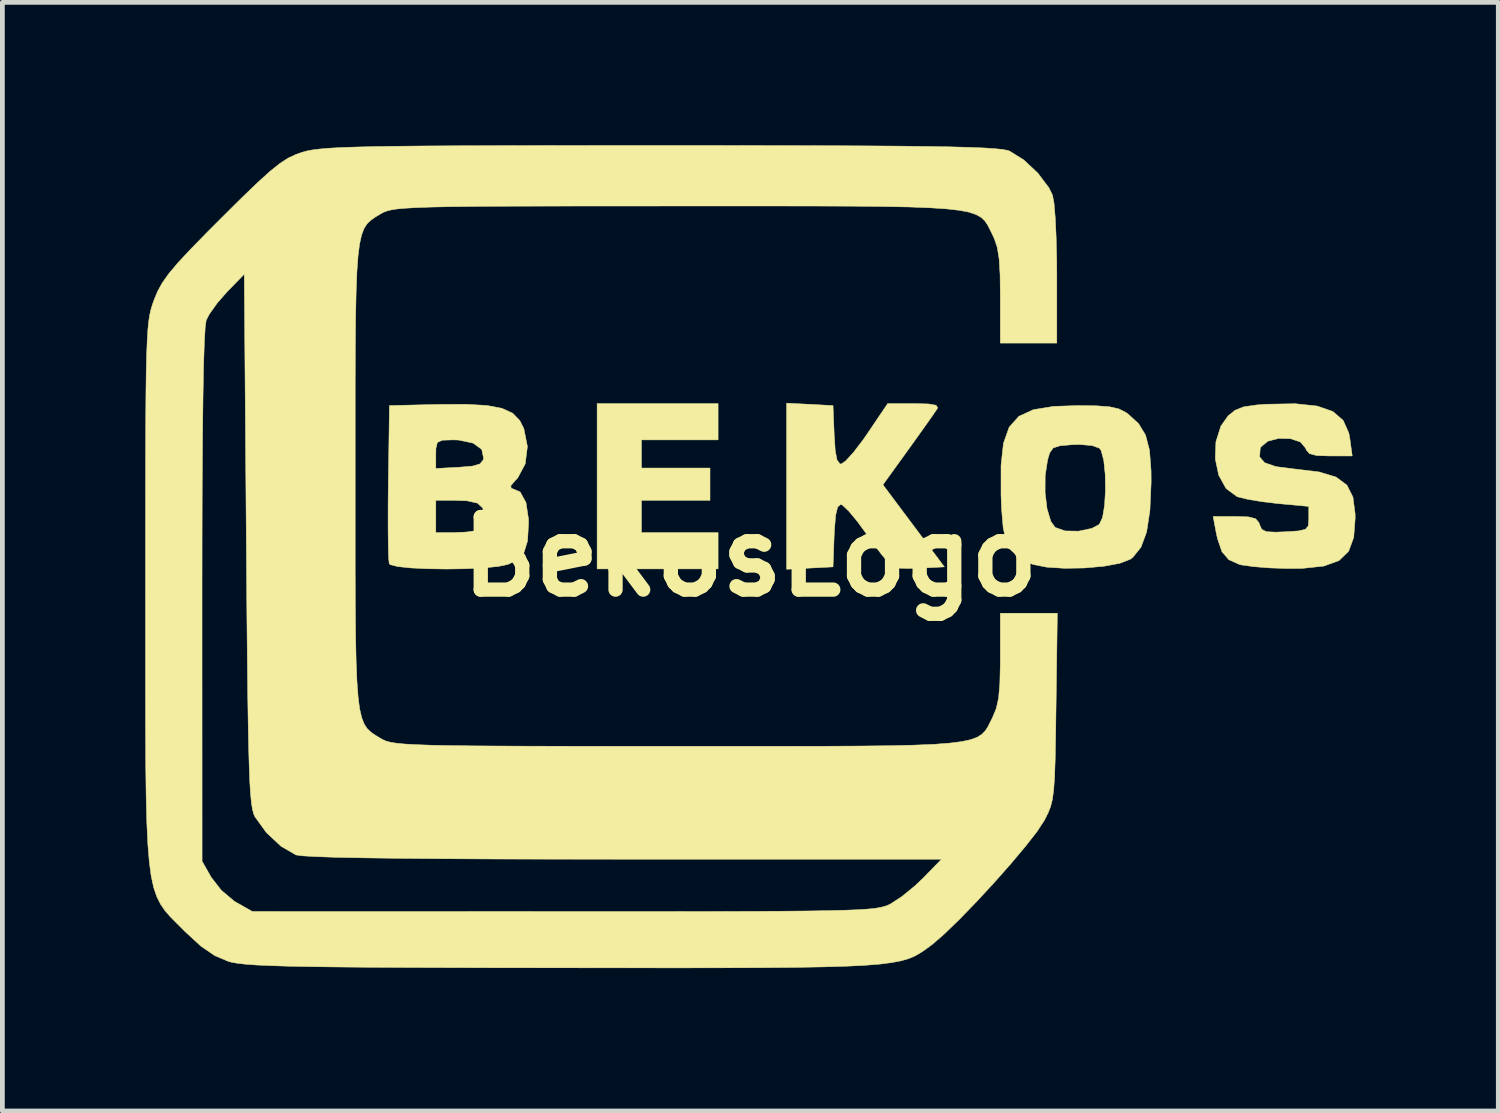
<source format=kicad_pcb>
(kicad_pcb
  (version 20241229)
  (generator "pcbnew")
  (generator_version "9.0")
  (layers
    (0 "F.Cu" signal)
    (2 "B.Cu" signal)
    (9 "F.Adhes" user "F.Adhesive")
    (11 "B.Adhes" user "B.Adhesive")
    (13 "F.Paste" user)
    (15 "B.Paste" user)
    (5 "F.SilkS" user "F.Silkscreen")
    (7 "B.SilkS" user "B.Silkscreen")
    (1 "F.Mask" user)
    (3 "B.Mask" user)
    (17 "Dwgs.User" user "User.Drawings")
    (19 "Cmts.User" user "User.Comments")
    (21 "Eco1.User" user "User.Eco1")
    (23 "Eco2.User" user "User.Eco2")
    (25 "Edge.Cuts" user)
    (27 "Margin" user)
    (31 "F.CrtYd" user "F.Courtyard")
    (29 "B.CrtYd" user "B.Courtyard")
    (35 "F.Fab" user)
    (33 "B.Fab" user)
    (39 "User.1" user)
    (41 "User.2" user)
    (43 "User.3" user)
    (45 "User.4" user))
  (footprint "BekosLogo"
    (layer "F.Cu")
    (at 12.705 8.641)
    (property "Reference" "BekosLogo" (at 0 0 0) (layer "F.SilkS") (effects (font (size 1.524 1.524) (thickness 0.3))))
    (attr through_hole)
    (fp_poly (pts (xy -0.677 -2.455) (xy -2.286 -2.455) (xy -2.286 -1.863) (xy -0.847 -1.863) (xy -0.847 -1.185) (xy -2.286 -1.185) (xy -2.286 -0.508) (xy -0.677 -0.508) (xy -0.677 0.254) (xy -3.217 0.254) (xy -3.217 -3.217) (xy -0.677 -3.217) (xy -0.677 -2.455)) (stroke (width 0.01) (type solid)) (fill yes) (layer "F.SilkS"))
    (fp_poly (pts (xy 1.736 -3.175) (xy 1.761 -2.561) (xy 1.783 -2.224) (xy 1.821 -2.03) (xy 1.881 -1.952) (xy 1.906 -1.947) (xy 2.004 -2.014) (xy 2.165 -2.191) (xy 2.361 -2.447) (xy 2.455 -2.582) (xy 2.884 -3.217) (xy 3.437 -3.217) (xy 3.74 -3.209) (xy 3.898 -3.182) (xy 3.934 -3.131) (xy 3.925 -3.111) (xy 3.852 -3.002) (xy 3.702 -2.789) (xy 3.5 -2.506) (xy 3.323 -2.259) (xy 2.784 -1.512) (xy 3.429 -0.65) (xy 4.074 0.212) (xy 3.592 0.237) (xy 3.308 0.245) (xy 3.088 0.237) (xy 3.003 0.223) (xy 2.911 0.138) (xy 2.752 -0.053) (xy 2.554 -0.317) (xy 2.454 -0.459) (xy 2.248 -0.741) (xy 2.066 -0.96) (xy 1.935 -1.084) (xy 1.898 -1.101) (xy 1.834 -1.047) (xy 1.791 -0.872) (xy 1.765 -0.554) (xy 1.76 -0.445) (xy 1.736 0.212) (xy 0.762 0.262) (xy 0.762 -3.226) (xy 1.736 -3.175)) (stroke (width 0.01) (type solid)) (fill yes) (layer "F.SilkS"))
    (fp_poly (pts (xy 7.273 -3.17) (xy 7.546 -3.149) (xy 7.734 -3.107) (xy 7.878 -3.035) (xy 7.931 -2.998) (xy 8.152 -2.796) (xy 8.298 -2.556) (xy 8.381 -2.24) (xy 8.414 -1.811) (xy 8.416 -1.566) (xy 8.39 -0.971) (xy 8.321 -0.521) (xy 8.202 -0.2) (xy 8.03 0.013) (xy 7.979 0.051) (xy 7.757 0.137) (xy 7.419 0.199) (xy 7.016 0.235) (xy 6.601 0.242) (xy 6.225 0.218) (xy 5.94 0.162) (xy 5.884 0.14) (xy 5.646 0.013) (xy 5.48 -0.132) (xy 5.372 -0.329) (xy 5.309 -0.61) (xy 5.275 -1.007) (xy 5.264 -1.307) (xy 5.264 -1.346) (xy 6.189 -1.346) (xy 6.23 -1.009) (xy 6.309 -0.745) (xy 6.399 -0.617) (xy 6.609 -0.543) (xy 6.892 -0.538) (xy 7.169 -0.596) (xy 7.327 -0.68) (xy 7.395 -0.822) (xy 7.438 -1.079) (xy 7.457 -1.4) (xy 7.451 -1.733) (xy 7.421 -2.027) (xy 7.366 -2.23) (xy 7.331 -2.28) (xy 7.174 -2.336) (xy 6.911 -2.358) (xy 6.764 -2.354) (xy 6.502 -2.332) (xy 6.36 -2.286) (xy 6.286 -2.183) (xy 6.241 -2.032) (xy 6.191 -1.704) (xy 6.189 -1.346) (xy 5.264 -1.346) (xy 5.264 -1.919) (xy 5.315 -2.384) (xy 5.435 -2.721) (xy 5.639 -2.95) (xy 5.944 -3.089) (xy 6.366 -3.158) (xy 6.873 -3.175) (xy 7.273 -3.17)) (stroke (width 0.01) (type solid)) (fill yes) (layer "F.SilkS"))
    (fp_poly (pts (xy -5.531 -3.177) (xy -5.212 -3.116) (xy -4.99 -3.014) (xy -4.842 -2.862) (xy -4.756 -2.692) (xy -4.681 -2.315) (xy -4.727 -1.951) (xy -4.885 -1.655) (xy -4.931 -1.608) (xy -5.03 -1.491) (xy -5.021 -1.439) (xy -5.017 -1.439) (xy -4.834 -1.362) (xy -4.711 -1.14) (xy -4.658 -0.791) (xy -4.657 -0.708) (xy -4.678 -0.332) (xy -4.755 -0.083) (xy -4.907 0.075) (xy -5.091 0.16) (xy -5.295 0.203) (xy -5.602 0.233) (xy -5.976 0.251) (xy -6.38 0.257) (xy -6.778 0.251) (xy -7.131 0.234) (xy -7.404 0.205) (xy -7.561 0.165) (xy -7.582 0.146) (xy -7.594 0.03) (xy -7.602 -0.226) (xy -7.606 -0.595) (xy -7.606 -1.048) (xy -7.605 -1.185) (xy -6.604 -1.185) (xy -6.604 -0.508) (xy -6.23 -0.508) (xy -5.968 -0.519) (xy -5.764 -0.547) (xy -5.722 -0.559) (xy -5.619 -0.679) (xy -5.588 -0.847) (xy -5.618 -1.023) (xy -5.73 -1.127) (xy -5.954 -1.176) (xy -6.23 -1.185) (xy -6.604 -1.185) (xy -7.605 -1.185) (xy -7.601 -1.557) (xy -7.601 -1.569) (xy -7.592 -2.155) (xy -6.604 -2.155) (xy -6.604 -1.854) (xy -6.118 -1.88) (xy -5.834 -1.904) (xy -5.678 -1.95) (xy -5.611 -2.031) (xy -5.601 -2.069) (xy -5.639 -2.255) (xy -5.821 -2.387) (xy -6.123 -2.451) (xy -6.239 -2.455) (xy -6.467 -2.448) (xy -6.572 -2.401) (xy -6.602 -2.275) (xy -6.604 -2.155) (xy -7.592 -2.155) (xy -7.578 -3.175) (xy -6.555 -3.199) (xy -5.971 -3.202) (xy -5.531 -3.177)) (stroke (width 0.01) (type solid)) (fill yes) (layer "F.SilkS"))
    (fp_poly (pts (xy 11.901 -3.165) (xy 12.231 -3.051) (xy 12.448 -2.864) (xy 12.567 -2.598) (xy 12.589 -2.476) (xy 12.638 -2.117) (xy 12.171 -2.117) (xy 11.893 -2.126) (xy 11.741 -2.165) (xy 11.672 -2.246) (xy 11.661 -2.279) (xy 11.55 -2.411) (xy 11.341 -2.48) (xy 11.094 -2.486) (xy 10.868 -2.428) (xy 10.722 -2.309) (xy 10.706 -2.273) (xy 10.694 -2.098) (xy 10.799 -1.975) (xy 11.037 -1.893) (xy 11.425 -1.843) (xy 11.451 -1.841) (xy 11.948 -1.78) (xy 12.299 -1.674) (xy 12.527 -1.504) (xy 12.653 -1.253) (xy 12.699 -0.902) (xy 12.7 -0.806) (xy 12.669 -0.406) (xy 12.562 -0.115) (xy 12.36 0.08) (xy 12.044 0.195) (xy 11.595 0.243) (xy 11.286 0.246) (xy 10.91 0.234) (xy 10.568 0.207) (xy 10.317 0.172) (xy 10.268 0.16) (xy 10.047 0.061) (xy 9.903 -0.106) (xy 9.808 -0.383) (xy 9.777 -0.531) (xy 9.718 -0.847) (xy 10.183 -0.847) (xy 10.458 -0.838) (xy 10.608 -0.8) (xy 10.678 -0.72) (xy 10.694 -0.673) (xy 10.739 -0.575) (xy 10.836 -0.527) (xy 11.029 -0.517) (xy 11.233 -0.525) (xy 11.509 -0.543) (xy 11.656 -0.577) (xy 11.715 -0.649) (xy 11.726 -0.783) (xy 11.726 -0.804) (xy 11.726 -1.058) (xy 11.091 -1.116) (xy 10.744 -1.157) (xy 10.435 -1.209) (xy 10.226 -1.261) (xy 10.219 -1.264) (xy 9.989 -1.434) (xy 9.835 -1.713) (xy 9.763 -2.055) (xy 9.776 -2.414) (xy 9.881 -2.746) (xy 10.033 -2.96) (xy 10.18 -3.078) (xy 10.361 -3.149) (xy 10.63 -3.188) (xy 10.837 -3.203) (xy 11.441 -3.214) (xy 11.901 -3.165)) (stroke (width 0.01) (type solid)) (fill yes) (layer "F.SilkS"))
    (fp_poly (pts (xy -0.597 -8.636) (xy 0.539 -8.634) (xy 1.526 -8.632) (xy 2.375 -8.628) (xy 3.095 -8.623) (xy 3.697 -8.616) (xy 4.191 -8.608) (xy 4.587 -8.597) (xy 4.896 -8.585) (xy 5.127 -8.57) (xy 5.291 -8.553) (xy 5.398 -8.534) (xy 5.443 -8.519) (xy 5.742 -8.333) (xy 6.037 -8.056) (xy 6.268 -7.75) (xy 6.345 -7.593) (xy 6.376 -7.427) (xy 6.402 -7.124) (xy 6.421 -6.716) (xy 6.433 -6.236) (xy 6.435 -5.921) (xy 6.435 -4.487) (xy 5.249 -4.487) (xy 5.249 -5.464) (xy 5.244 -5.924) (xy 5.224 -6.254) (xy 5.186 -6.494) (xy 5.123 -6.681) (xy 5.088 -6.756) (xy 5.032 -6.87) (xy 4.981 -6.969) (xy 4.923 -7.054) (xy 4.847 -7.126) (xy 4.74 -7.186) (xy 4.592 -7.236) (xy 4.39 -7.275) (xy 4.122 -7.305) (xy 3.777 -7.328) (xy 3.343 -7.345) (xy 2.808 -7.355) (xy 2.16 -7.362) (xy 1.388 -7.365) (xy 0.479 -7.366) (xy -0.577 -7.366) (xy -1.537 -7.366) (xy -2.686 -7.365) (xy -3.678 -7.365) (xy -4.525 -7.363) (xy -5.239 -7.361) (xy -5.833 -7.357) (xy -6.318 -7.351) (xy -6.707 -7.343) (xy -7.012 -7.332) (xy -7.246 -7.319) (xy -7.42 -7.303) (xy -7.546 -7.283) (xy -7.637 -7.26) (xy -7.705 -7.233) (xy -7.763 -7.201) (xy -7.764 -7.2) (xy -7.874 -7.134) (xy -7.967 -7.069) (xy -8.046 -6.994) (xy -8.111 -6.894) (xy -8.163 -6.756) (xy -8.205 -6.568) (xy -8.237 -6.316) (xy -8.261 -5.986) (xy -8.277 -5.566) (xy -8.288 -5.042) (xy -8.294 -4.401) (xy -8.297 -3.63) (xy -8.297 -2.716) (xy -8.297 -1.693) (xy -8.297 -0.629) (xy -8.297 0.279) (xy -8.294 1.044) (xy -8.288 1.68) (xy -8.277 2.199) (xy -8.26 2.615) (xy -8.236 2.941) (xy -8.204 3.191) (xy -8.161 3.376) (xy -8.108 3.512) (xy -8.043 3.611) (xy -7.963 3.685) (xy -7.869 3.75) (xy -7.764 3.813) (xy -7.707 3.845) (xy -7.639 3.873) (xy -7.549 3.896) (xy -7.423 3.916) (xy -7.251 3.932) (xy -7.019 3.945) (xy -6.716 3.956) (xy -6.329 3.964) (xy -5.846 3.97) (xy -5.255 3.974) (xy -4.544 3.977) (xy -3.7 3.978) (xy -2.712 3.979) (xy -1.567 3.979) (xy -1.537 3.979) (xy -0.353 3.979) (xy 0.673 3.979) (xy 1.553 3.978) (xy 2.3 3.974) (xy 2.924 3.967) (xy 3.438 3.955) (xy 3.853 3.938) (xy 4.182 3.913) (xy 4.435 3.881) (xy 4.626 3.84) (xy 4.765 3.789) (xy 4.864 3.726) (xy 4.935 3.652) (xy 4.991 3.564) (xy 5.042 3.462) (xy 5.088 3.369) (xy 5.164 3.185) (xy 5.213 2.965) (xy 5.239 2.666) (xy 5.249 2.249) (xy 5.249 2.12) (xy 5.249 1.185) (xy 6.446 1.185) (xy 6.419 3.154) (xy 6.41 3.781) (xy 6.401 4.264) (xy 6.388 4.627) (xy 6.369 4.895) (xy 6.343 5.092) (xy 6.305 5.244) (xy 6.254 5.374) (xy 6.186 5.509) (xy 6.166 5.546) (xy 6.019 5.77) (xy 5.776 6.081) (xy 5.465 6.451) (xy 5.113 6.849) (xy 4.746 7.246) (xy 4.391 7.612) (xy 4.075 7.918) (xy 3.826 8.135) (xy 3.794 8.158) (xy 3.679 8.243) (xy 3.57 8.317) (xy 3.456 8.382) (xy 3.326 8.437) (xy 3.167 8.483) (xy 2.968 8.521) (xy 2.718 8.553) (xy 2.404 8.578) (xy 2.016 8.597) (xy 1.541 8.611) (xy 0.968 8.621) (xy 0.285 8.627) (xy -0.519 8.63) (xy -1.456 8.632) (xy -2.539 8.631) (xy -3.777 8.63) (xy -3.929 8.63) (xy -5.17 8.629) (xy -6.253 8.626) (xy -7.19 8.623) (xy -7.991 8.619) (xy -8.668 8.613) (xy -9.232 8.606) (xy -9.695 8.597) (xy -10.067 8.585) (xy -10.361 8.572) (xy -10.587 8.556) (xy -10.757 8.537) (xy -10.883 8.516) (xy -10.958 8.496) (xy -11.247 8.374) (xy -11.537 8.175) (xy -11.873 7.866) (xy -11.893 7.846) (xy -12.044 7.695) (xy -12.176 7.562) (xy -12.288 7.433) (xy -12.383 7.295) (xy -12.463 7.137) (xy -12.528 6.945) (xy -12.58 6.706) (xy -12.62 6.409) (xy -12.65 6.04) (xy -12.672 5.587) (xy -12.686 5.037) (xy -12.695 4.377) (xy -12.699 3.595) (xy -12.7 2.678) (xy -12.7 1.613) (xy -12.7 0.831) (xy -11.513 0.831) (xy -11.512 6.392) (xy -11.321 6.729) (xy -11.109 7.002) (xy -10.837 7.231) (xy -10.793 7.257) (xy -10.456 7.448) (xy -3.912 7.449) (xy -2.704 7.449) (xy -1.652 7.449) (xy -0.747 7.448) (xy 0.024 7.446) (xy 0.672 7.442) (xy 1.209 7.437) (xy 1.647 7.43) (xy 1.997 7.421) (xy 2.271 7.41) (xy 2.481 7.396) (xy 2.637 7.379) (xy 2.753 7.358) (xy 2.84 7.334) (xy 2.908 7.307) (xy 2.946 7.288) (xy 3.179 7.136) (xy 3.453 6.913) (xy 3.637 6.738) (xy 4.015 6.35) (xy -2.644 6.35) (xy -4.067 6.349) (xy -5.322 6.346) (xy -6.412 6.34) (xy -7.336 6.332) (xy -8.098 6.322) (xy -8.697 6.31) (xy -9.137 6.295) (xy -9.419 6.278) (xy -9.541 6.26) (xy -9.854 6.078) (xy -10.161 5.792) (xy -10.4 5.461) (xy -10.429 5.397) (xy -10.453 5.305) (xy -10.475 5.173) (xy -10.493 4.989) (xy -10.509 4.741) (xy -10.522 4.415) (xy -10.534 4) (xy -10.544 3.483) (xy -10.554 2.852) (xy -10.562 2.094) (xy -10.571 1.197) (xy -10.579 0.148) (xy -10.583 -0.364) (xy -10.626 -5.934) (xy -10.981 -5.571) (xy -11.192 -5.33) (xy -11.359 -5.095) (xy -11.425 -4.969) (xy -11.446 -4.824) (xy -11.464 -4.51) (xy -11.48 -4.027) (xy -11.492 -3.374) (xy -11.502 -2.553) (xy -11.509 -1.562) (xy -11.512 -0.401) (xy -11.513 0.831) (xy -12.7 0.831) (xy -12.7 0.755) (xy -12.7 -0.362) (xy -12.699 -1.323) (xy -12.698 -2.141) (xy -12.695 -2.829) (xy -12.691 -3.399) (xy -12.685 -3.865) (xy -12.676 -4.24) (xy -12.664 -4.537) (xy -12.65 -4.769) (xy -12.632 -4.948) (xy -12.61 -5.088) (xy -12.583 -5.202) (xy -12.552 -5.303) (xy -12.52 -5.394) (xy -12.444 -5.577) (xy -12.346 -5.754) (xy -12.209 -5.947) (xy -12.015 -6.177) (xy -11.745 -6.466) (xy -11.382 -6.837) (xy -11.101 -7.118) (xy -10.672 -7.544) (xy -10.338 -7.865) (xy -10.08 -8.098) (xy -9.874 -8.262) (xy -9.702 -8.373) (xy -9.54 -8.449) (xy -9.409 -8.494) (xy -9.316 -8.52) (xy -9.201 -8.542) (xy -9.053 -8.561) (xy -8.862 -8.578) (xy -8.615 -8.592) (xy -8.303 -8.603) (xy -7.912 -8.613) (xy -7.433 -8.62) (xy -6.853 -8.626) (xy -6.162 -8.63) (xy -5.348 -8.633) (xy -4.4 -8.635) (xy -3.307 -8.636) (xy -2.057 -8.636) (xy -1.893 -8.636) (xy -0.597 -8.636)) (stroke (width 0.01) (type solid)) (fill yes) (layer "F.SilkS")))
  (gr_rect
    (start -3 -3)
    (end 28.41 20.278)
    (stroke (width 0.1) (type default))
    (fill no)
    (layer "Edge.Cuts")))
</source>
